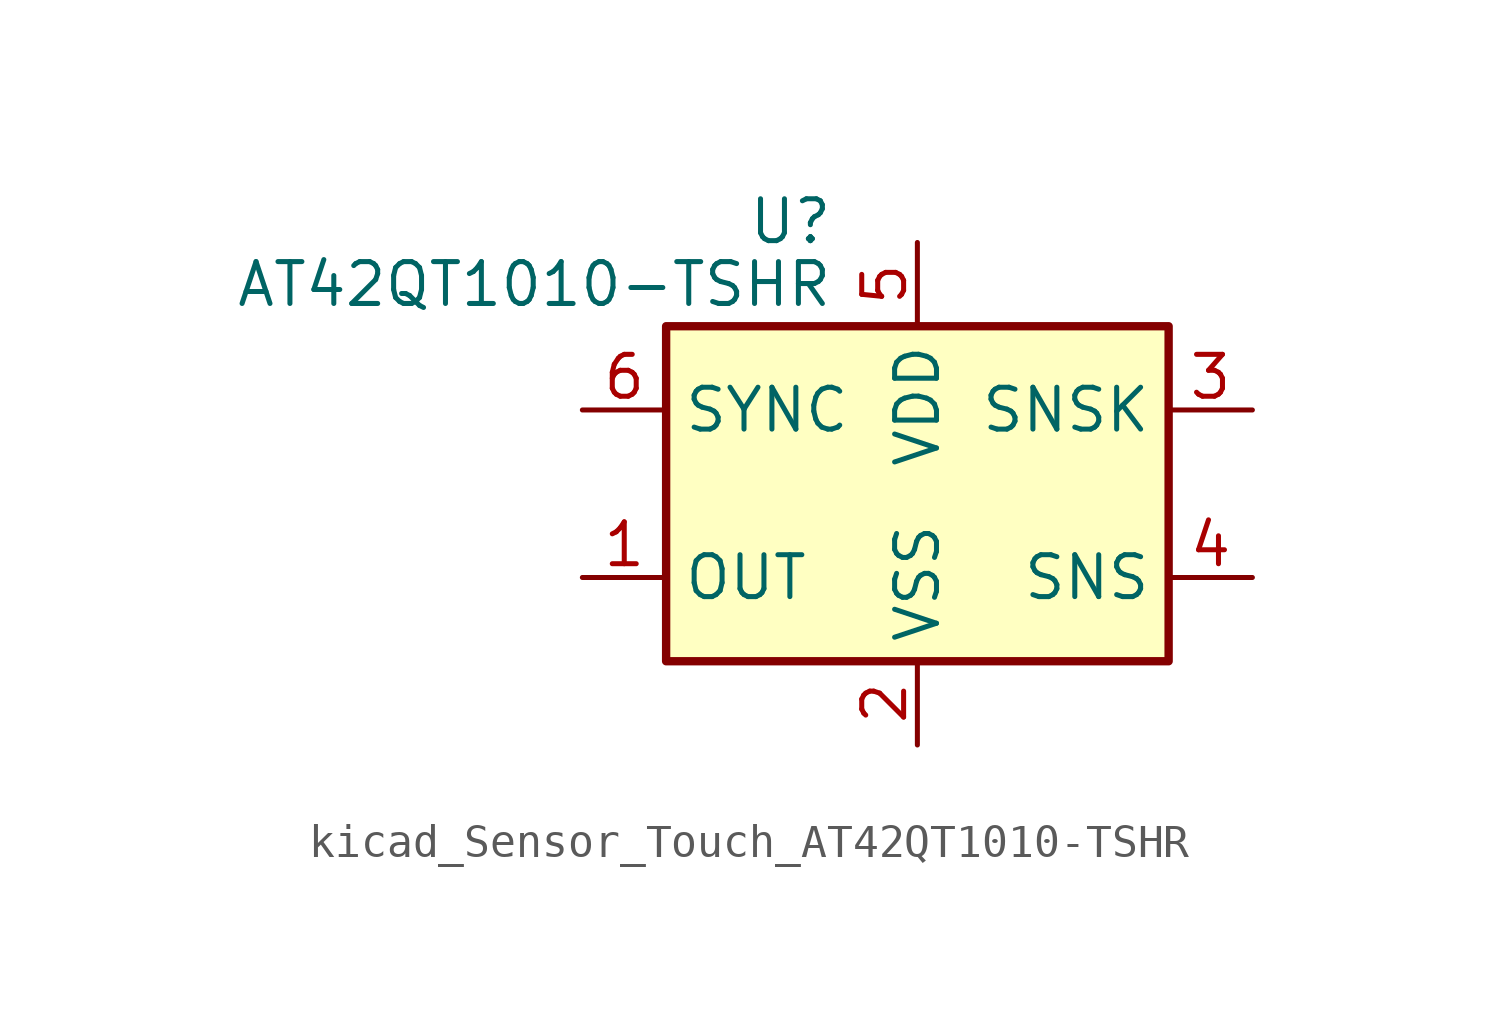
<source format=kicad_sym>
(kicad_symbol_lib
  (version 20220914)
  (generator kicad_symbol_editor)
  (symbol "kicad_Sensor_Touch_AT42QT1010-TSHR"
    (property "Reference" "U"
      (at -2.54 8.255 0)
      (effects (font (size 1.27 1.27)) (justify right)))
    (property "Value" "AT42QT1010-TSHR"
      (at -2.54 6.35 0)
      (effects (font (size 1.27 1.27)) (justify right)))
    (symbol "kicad_Sensor_Touch_AT42QT1010-TSHR_0_1"
      (rectangle (start -7.62 5.08) (end 7.62 -5.08) (stroke (width 0.254) (type default)) (fill (type background))))
    (symbol "kicad_Sensor_Touch_AT42QT1010-TSHR_1_1"
      (pin output line (at -10.16 -2.54 0) (length 2.54) (name "OUT" (effects (font (size 1.27 1.27)))) (number "1" (effects (font (size 1.27 1.27)))))
      (pin power_in line (at 0 -7.62 90) (length 2.54) (name "VSS" (effects (font (size 1.27 1.27)))) (number "2" (effects (font (size 1.27 1.27)))))
      (pin passive line (at 10.16 2.54 180) (length 2.54) (name "SNSK" (effects (font (size 1.27 1.27)))) (number "3" (effects (font (size 1.27 1.27)))))
      (pin passive line (at 10.16 -2.54 180) (length 2.54) (name "SNS" (effects (font (size 1.27 1.27)))) (number "4" (effects (font (size 1.27 1.27)))))
      (pin power_in line (at 0 7.62 270) (length 2.54) (name "VDD" (effects (font (size 1.27 1.27)))) (number "5" (effects (font (size 1.27 1.27)))))
      (pin input line (at -10.16 2.54 0) (length 2.54) (name "SYNC" (effects (font (size 1.27 1.27)))) (number "6" (effects (font (size 1.27 1.27))))))))
</source>
